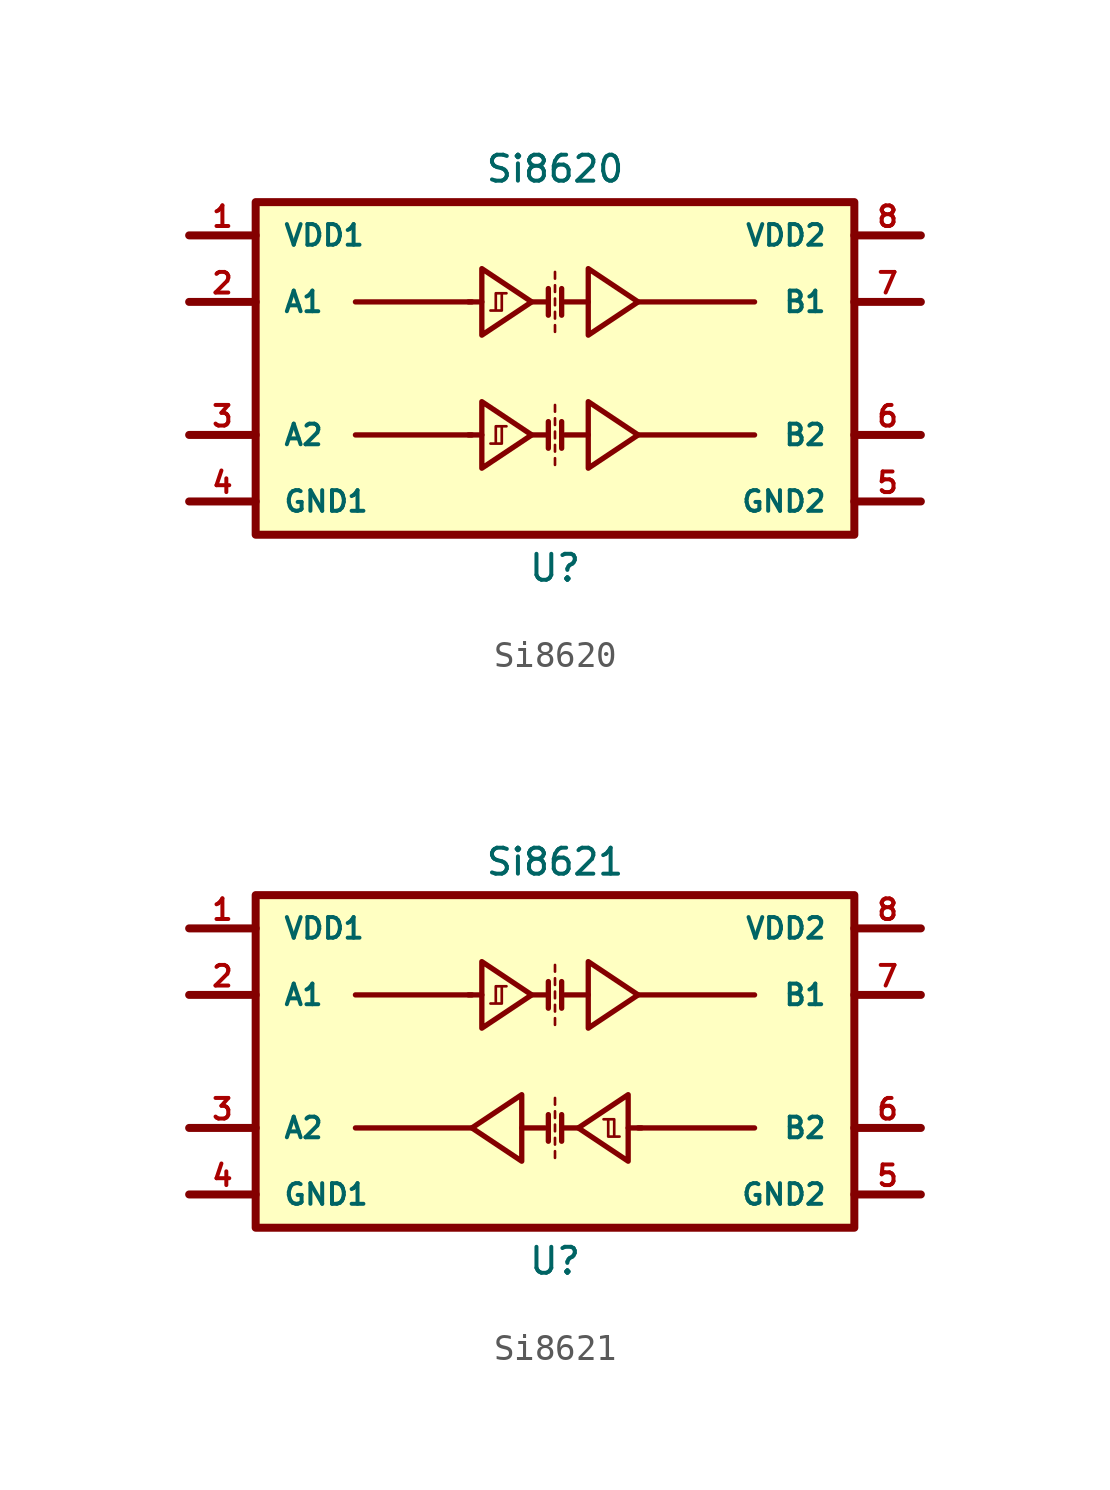
<source format=kicad_sym>
(kicad_symbol_lib
  (version 20211014)
  (generator kicad_symbol_editor)
  (symbol "Si8620"
    (pin_names
      (offset 1.016))
    (property "Reference" "U"
      (at 0 -7.62 0)
      (effects (font (size 0.991 0.991))))
    (property "Value" "Si8620"
      (at 0 7.62 0)
      (effects (font (size 0.991 0.991))))
    (symbol "Si8620_0_1"
      (rectangle (start -11.43 6.35) (end 11.43 -6.35) (stroke (width 0.305) (type default) (color 0 0 0 0)) (fill (type background)))
      (polyline (pts (xy -13.97 -2.54) (xy -11.43 -2.54)) (stroke (width 0.305) (type default) (color 0 0 0 0)) (fill (type none)))
      (polyline (pts (xy -13.97 5.08) (xy -11.43 5.08)) (stroke (width 0.305) (type default) (color 0 0 0 0)) (fill (type none)))
      (polyline (pts (xy -11.43 -5.08) (xy -13.97 -5.08)) (stroke (width 0.305) (type default) (color 0 0 0 0)) (fill (type none)))
      (polyline (pts (xy -11.43 2.54) (xy -13.97 2.54)) (stroke (width 0.305) (type default) (color 0 0 0 0)) (fill (type none)))
      (polyline (pts (xy -7.62 -2.54) (xy -3.175 -2.54)) (stroke (width 0.203) (type default) (color 0 0 0 0)) (fill (type none)))
      (polyline (pts (xy -3.175 2.54) (xy -7.62 2.54)) (stroke (width 0.203) (type default) (color 0 0 0 0)) (fill (type none)))
      (polyline (pts (xy -2.794 2.54) (xy -3.302 2.54)) (stroke (width 0.203) (type default) (color 0 0 0 0)) (fill (type none)))
      (polyline (pts (xy -0.889 2.54) (xy -0.254 2.54)) (stroke (width 0.203) (type default) (color 0 0 0 0)) (fill (type none)))
      (polyline (pts (xy -0.254 3.048) (xy -0.254 2.032)) (stroke (width 0.203) (type default) (color 0 0 0 0)) (fill (type none)))
      (polyline (pts (xy 0 3.175) (xy 0 2.921)) (stroke (width 0.102) (type default) (color 0 0 0 0)) (fill (type none)))
      (polyline (pts (xy 0 3.683) (xy 0 3.429)) (stroke (width 0.102) (type default) (color 0 0 0 0)) (fill (type none)))
      (polyline (pts (xy 0.254 3.048) (xy 0.254 2.032)) (stroke (width 0.203) (type default) (color 0 0 0 0)) (fill (type none)))
      (polyline (pts (xy 0.381 2.54) (xy 1.27 2.54)) (stroke (width 0.203) (type default) (color 0 0 0 0)) (fill (type none)))
      (polyline (pts (xy 3.175 2.54) (xy 7.62 2.54)) (stroke (width 0.203) (type default) (color 0 0 0 0)) (fill (type none)))
      (polyline (pts (xy 7.62 -2.54) (xy 3.175 -2.54)) (stroke (width 0.203) (type default) (color 0 0 0 0)) (fill (type none)))
      (polyline (pts (xy 11.43 2.54) (xy 13.97 2.54)) (stroke (width 0.305) (type default) (color 0 0 0 0)) (fill (type none)))
      (polyline (pts (xy 13.97 -5.08) (xy 11.43 -5.08)) (stroke (width 0.305) (type default) (color 0 0 0 0)) (fill (type none)))
      (polyline (pts (xy 13.97 -2.54) (xy 11.43 -2.54)) (stroke (width 0.305) (type default) (color 0 0 0 0)) (fill (type none)))
      (polyline (pts (xy 13.97 5.08) (xy 11.43 5.08)) (stroke (width 0.305) (type default) (color 0 0 0 0)) (fill (type none)))
      (polyline (pts (xy -2.794 3.81) (xy -2.794 1.27) (xy -0.889 2.54) (xy -2.794 3.81)) (stroke (width 0.203) (type default) (color 0 0 0 0)) (fill (type none)))
      (polyline (pts (xy -2.464 2.21) (xy -2.032 2.21) (xy -2.032 2.87) (xy -1.854 2.87) (xy -2.261 2.87) (xy -2.261 2.21)) (stroke (width 0.102) (type default) (color 0 0 0 0)) (fill (type none))))
    (symbol "Si8620_1_1"
      (polyline (pts (xy -2.794 -2.54) (xy -3.302 -2.54)) (stroke (width 0.203) (type default) (color 0 0 0 0)) (fill (type none)))
      (polyline (pts (xy -0.889 -2.54) (xy -0.254 -2.54)) (stroke (width 0.203) (type default) (color 0 0 0 0)) (fill (type none)))
      (polyline (pts (xy -0.254 -2.032) (xy -0.254 -3.048)) (stroke (width 0.203) (type default) (color 0 0 0 0)) (fill (type none)))
      (polyline (pts (xy 0 -3.429) (xy 0 -3.683)) (stroke (width 0.102) (type default) (color 0 0 0 0)) (fill (type none)))
      (polyline (pts (xy 0 -2.921) (xy 0 -3.175)) (stroke (width 0.102) (type default) (color 0 0 0 0)) (fill (type none)))
      (polyline (pts (xy 0 -2.413) (xy 0 -2.667)) (stroke (width 0.102) (type default) (color 0 0 0 0)) (fill (type none)))
      (polyline (pts (xy 0 -1.905) (xy 0 -2.159)) (stroke (width 0.102) (type default) (color 0 0 0 0)) (fill (type none)))
      (polyline (pts (xy 0 -1.397) (xy 0 -1.651)) (stroke (width 0.102) (type default) (color 0 0 0 0)) (fill (type none)))
      (polyline (pts (xy 0 1.651) (xy 0 1.397)) (stroke (width 0.102) (type default) (color 0 0 0 0)) (fill (type none)))
      (polyline (pts (xy 0 2.159) (xy 0 1.905)) (stroke (width 0.102) (type default) (color 0 0 0 0)) (fill (type none)))
      (polyline (pts (xy 0 2.667) (xy 0 2.413)) (stroke (width 0.102) (type default) (color 0 0 0 0)) (fill (type none)))
      (polyline (pts (xy 0.254 -2.032) (xy 0.254 -3.048)) (stroke (width 0.203) (type default) (color 0 0 0 0)) (fill (type none)))
      (polyline (pts (xy 0.381 -2.54) (xy 1.27 -2.54)) (stroke (width 0.203) (type default) (color 0 0 0 0)) (fill (type none)))
      (polyline (pts (xy -2.794 -1.27) (xy -2.794 -3.81) (xy -0.889 -2.54) (xy -2.794 -1.27)) (stroke (width 0.203) (type default) (color 0 0 0 0)) (fill (type none)))
      (polyline (pts (xy 1.27 -1.27) (xy 1.27 -3.81) (xy 3.175 -2.54) (xy 1.27 -1.27)) (stroke (width 0.203) (type default) (color 0 0 0 0)) (fill (type none)))
      (polyline (pts (xy 1.27 3.81) (xy 1.27 1.27) (xy 3.175 2.54) (xy 1.27 3.81)) (stroke (width 0.203) (type default) (color 0 0 0 0)) (fill (type none)))
      (polyline (pts (xy -2.464 -2.87) (xy -2.032 -2.87) (xy -2.032 -2.21) (xy -1.854 -2.21) (xy -2.261 -2.21) (xy -2.261 -2.87)) (stroke (width 0.102) (type default) (color 0 0 0 0)) (fill (type none)))
      (pin power_in line (at -13.97 5.08 0) (length 2.54) (name "VDD1" (effects (font (size 0.787 0.787)))) (number "1" (effects (font (size 0.787 0.787)))))
      (pin input line (at -13.97 2.54 0) (length 2.54) (name "A1" (effects (font (size 0.787 0.787)))) (number "2" (effects (font (size 0.787 0.787)))))
      (pin input line (at -13.97 -2.54 0) (length 2.54) (name "A2" (effects (font (size 0.787 0.787)))) (number "3" (effects (font (size 0.787 0.787)))))
      (pin power_in line (at -13.97 -5.08 0) (length 2.54) (name "GND1" (effects (font (size 0.787 0.787)))) (number "4" (effects (font (size 0.787 0.787)))))
      (pin power_in line (at 13.97 -5.08 180) (length 2.54) (name "GND2" (effects (font (size 0.787 0.787)))) (number "5" (effects (font (size 0.787 0.787)))))
      (pin output line (at 13.97 -2.54 180) (length 2.54) (name "B2" (effects (font (size 0.787 0.787)))) (number "6" (effects (font (size 0.787 0.787)))))
      (pin output line (at 13.97 2.54 180) (length 2.54) (name "B1" (effects (font (size 0.787 0.787)))) (number "7" (effects (font (size 0.787 0.787)))))
      (pin power_in line (at 13.97 5.08 180) (length 2.54) (name "VDD2" (effects (font (size 0.787 0.787)))) (number "8" (effects (font (size 0.787 0.787)))))))
  (symbol "Si8621"
    (pin_names
      (offset 1.016))
    (property "Reference" "U"
      (at 0 -7.62 0)
      (effects (font (size 0.991 0.991))))
    (property "Value" "Si8621"
      (at 0 7.62 0)
      (effects (font (size 0.991 0.991))))
    (symbol "Si8621_1_1"
      (rectangle (start -11.43 6.35) (end 11.43 -6.35) (stroke (width 0.305) (type default) (color 0 0 0 0)) (fill (type background)))
      (polyline (pts (xy -13.97 -2.54) (xy -11.43 -2.54)) (stroke (width 0.305) (type default) (color 0 0 0 0)) (fill (type none)))
      (polyline (pts (xy -13.97 5.08) (xy -11.43 5.08)) (stroke (width 0.305) (type default) (color 0 0 0 0)) (fill (type none)))
      (polyline (pts (xy -11.43 -5.08) (xy -13.97 -5.08)) (stroke (width 0.305) (type default) (color 0 0 0 0)) (fill (type none)))
      (polyline (pts (xy -11.43 2.54) (xy -13.97 2.54)) (stroke (width 0.305) (type default) (color 0 0 0 0)) (fill (type none)))
      (polyline (pts (xy -7.62 -2.54) (xy -3.175 -2.54)) (stroke (width 0.203) (type default) (color 0 0 0 0)) (fill (type none)))
      (polyline (pts (xy -3.175 2.54) (xy -7.62 2.54)) (stroke (width 0.203) (type default) (color 0 0 0 0)) (fill (type none)))
      (polyline (pts (xy -2.794 2.54) (xy -3.302 2.54)) (stroke (width 0.203) (type default) (color 0 0 0 0)) (fill (type none)))
      (polyline (pts (xy -0.889 2.54) (xy -0.254 2.54)) (stroke (width 0.203) (type default) (color 0 0 0 0)) (fill (type none)))
      (polyline (pts (xy -0.381 -2.54) (xy -1.27 -2.54)) (stroke (width 0.203) (type default) (color 0 0 0 0)) (fill (type none)))
      (polyline (pts (xy -0.254 -2.032) (xy -0.254 -3.048)) (stroke (width 0.203) (type default) (color 0 0 0 0)) (fill (type none)))
      (polyline (pts (xy -0.254 3.048) (xy -0.254 2.032)) (stroke (width 0.203) (type default) (color 0 0 0 0)) (fill (type none)))
      (polyline (pts (xy 0 -3.429) (xy 0 -3.683)) (stroke (width 0.102) (type default) (color 0 0 0 0)) (fill (type none)))
      (polyline (pts (xy 0 -2.921) (xy 0 -3.175)) (stroke (width 0.102) (type default) (color 0 0 0 0)) (fill (type none)))
      (polyline (pts (xy 0 -2.413) (xy 0 -2.667)) (stroke (width 0.102) (type default) (color 0 0 0 0)) (fill (type none)))
      (polyline (pts (xy 0 -1.905) (xy 0 -2.159)) (stroke (width 0.102) (type default) (color 0 0 0 0)) (fill (type none)))
      (polyline (pts (xy 0 -1.397) (xy 0 -1.651)) (stroke (width 0.102) (type default) (color 0 0 0 0)) (fill (type none)))
      (polyline (pts (xy 0 1.651) (xy 0 1.397)) (stroke (width 0.102) (type default) (color 0 0 0 0)) (fill (type none)))
      (polyline (pts (xy 0 2.159) (xy 0 1.905)) (stroke (width 0.102) (type default) (color 0 0 0 0)) (fill (type none)))
      (polyline (pts (xy 0 2.667) (xy 0 2.413)) (stroke (width 0.102) (type default) (color 0 0 0 0)) (fill (type none)))
      (polyline (pts (xy 0 3.175) (xy 0 2.921)) (stroke (width 0.102) (type default) (color 0 0 0 0)) (fill (type none)))
      (polyline (pts (xy 0 3.683) (xy 0 3.429)) (stroke (width 0.102) (type default) (color 0 0 0 0)) (fill (type none)))
      (polyline (pts (xy 0.254 -2.032) (xy 0.254 -3.048)) (stroke (width 0.203) (type default) (color 0 0 0 0)) (fill (type none)))
      (polyline (pts (xy 0.254 3.048) (xy 0.254 2.032)) (stroke (width 0.203) (type default) (color 0 0 0 0)) (fill (type none)))
      (polyline (pts (xy 0.381 2.54) (xy 1.27 2.54)) (stroke (width 0.203) (type default) (color 0 0 0 0)) (fill (type none)))
      (polyline (pts (xy 0.889 -2.54) (xy 0.254 -2.54)) (stroke (width 0.203) (type default) (color 0 0 0 0)) (fill (type none)))
      (polyline (pts (xy 2.794 -2.54) (xy 3.302 -2.54)) (stroke (width 0.203) (type default) (color 0 0 0 0)) (fill (type none)))
      (polyline (pts (xy 3.175 2.54) (xy 7.62 2.54)) (stroke (width 0.203) (type default) (color 0 0 0 0)) (fill (type none)))
      (polyline (pts (xy 7.62 -2.54) (xy 3.175 -2.54)) (stroke (width 0.203) (type default) (color 0 0 0 0)) (fill (type none)))
      (polyline (pts (xy 11.43 2.54) (xy 13.97 2.54)) (stroke (width 0.305) (type default) (color 0 0 0 0)) (fill (type none)))
      (polyline (pts (xy 13.97 -5.08) (xy 11.43 -5.08)) (stroke (width 0.305) (type default) (color 0 0 0 0)) (fill (type none)))
      (polyline (pts (xy 13.97 -2.54) (xy 11.43 -2.54)) (stroke (width 0.305) (type default) (color 0 0 0 0)) (fill (type none)))
      (polyline (pts (xy 13.97 5.08) (xy 11.43 5.08)) (stroke (width 0.305) (type default) (color 0 0 0 0)) (fill (type none)))
      (polyline (pts (xy -2.794 3.81) (xy -2.794 1.27) (xy -0.889 2.54) (xy -2.794 3.81)) (stroke (width 0.203) (type default) (color 0 0 0 0)) (fill (type none)))
      (polyline (pts (xy -1.27 -1.27) (xy -1.27 -3.81) (xy -3.175 -2.54) (xy -1.27 -1.27)) (stroke (width 0.203) (type default) (color 0 0 0 0)) (fill (type none)))
      (polyline (pts (xy 1.27 3.81) (xy 1.27 1.27) (xy 3.175 2.54) (xy 1.27 3.81)) (stroke (width 0.203) (type default) (color 0 0 0 0)) (fill (type none)))
      (polyline (pts (xy 2.794 -1.27) (xy 2.794 -3.81) (xy 0.889 -2.54) (xy 2.794 -1.27)) (stroke (width 0.203) (type default) (color 0 0 0 0)) (fill (type none)))
      (polyline (pts (xy -2.464 2.21) (xy -2.032 2.21) (xy -2.032 2.87) (xy -1.854 2.87) (xy -2.261 2.87) (xy -2.261 2.21)) (stroke (width 0.102) (type default) (color 0 0 0 0)) (fill (type none)))
      (polyline (pts (xy 2.464 -2.87) (xy 2.032 -2.87) (xy 2.032 -2.21) (xy 1.854 -2.21) (xy 2.261 -2.21) (xy 2.261 -2.87)) (stroke (width 0.102) (type default) (color 0 0 0 0)) (fill (type none)))
      (pin power_in line (at -13.97 5.08 0) (length 2.54) (name "VDD1" (effects (font (size 0.787 0.787)))) (number "1" (effects (font (size 0.787 0.787)))))
      (pin input line (at -13.97 2.54 0) (length 2.54) (name "A1" (effects (font (size 0.787 0.787)))) (number "2" (effects (font (size 0.787 0.787)))))
      (pin input line (at -13.97 -2.54 0) (length 2.54) (name "A2" (effects (font (size 0.787 0.787)))) (number "3" (effects (font (size 0.787 0.787)))))
      (pin power_in line (at -13.97 -5.08 0) (length 2.54) (name "GND1" (effects (font (size 0.787 0.787)))) (number "4" (effects (font (size 0.787 0.787)))))
      (pin power_in line (at 13.97 -5.08 180) (length 2.54) (name "GND2" (effects (font (size 0.787 0.787)))) (number "5" (effects (font (size 0.787 0.787)))))
      (pin output line (at 13.97 -2.54 180) (length 2.54) (name "B2" (effects (font (size 0.787 0.787)))) (number "6" (effects (font (size 0.787 0.787)))))
      (pin output line (at 13.97 2.54 180) (length 2.54) (name "B1" (effects (font (size 0.787 0.787)))) (number "7" (effects (font (size 0.787 0.787)))))
      (pin power_in line (at 13.97 5.08 180) (length 2.54) (name "VDD2" (effects (font (size 0.787 0.787)))) (number "8" (effects (font (size 0.787 0.787))))))))
</source>
